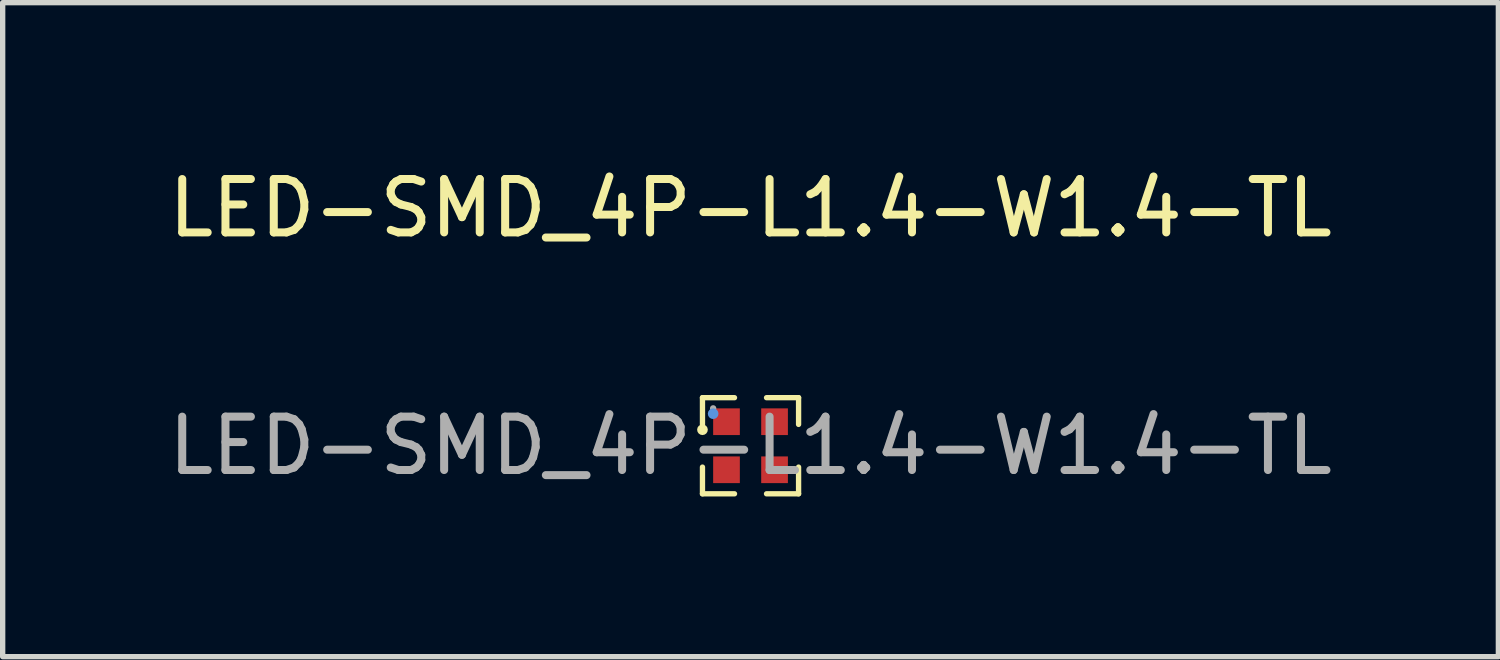
<source format=kicad_pcb>
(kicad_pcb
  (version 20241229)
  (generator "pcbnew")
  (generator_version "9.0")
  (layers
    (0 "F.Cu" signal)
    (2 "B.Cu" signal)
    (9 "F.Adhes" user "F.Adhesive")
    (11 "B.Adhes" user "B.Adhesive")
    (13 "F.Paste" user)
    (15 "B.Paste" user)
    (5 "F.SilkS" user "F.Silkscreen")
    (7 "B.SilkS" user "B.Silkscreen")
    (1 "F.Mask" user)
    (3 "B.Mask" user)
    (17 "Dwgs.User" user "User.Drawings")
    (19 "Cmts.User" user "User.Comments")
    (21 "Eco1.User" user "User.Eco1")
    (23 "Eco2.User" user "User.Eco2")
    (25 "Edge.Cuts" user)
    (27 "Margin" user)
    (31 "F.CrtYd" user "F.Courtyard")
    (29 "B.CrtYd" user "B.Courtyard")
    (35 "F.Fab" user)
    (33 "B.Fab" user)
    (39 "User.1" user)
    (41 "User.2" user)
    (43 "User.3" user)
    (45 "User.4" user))
  (footprint "LED-SMD_4P-L1.4-W1.4-TL"
    (layer "F.Cu")
    (at 11.006 5.298)
    (property "Reference" "LED-SMD_4P-L1.4-W1.4-TL" (at 0 -4.45 0) (layer "F.SilkS") (effects (font (size 1 1) (thickness 0.15))))
    (attr smd)
    (fp_line (start -0.9 -0.9) (end -0.9 -0.4) (stroke (width 0.1) (type solid)) (layer "F.SilkS"))
    (fp_line (start -0.9 0.9) (end -0.9 0.4) (stroke (width 0.1) (type solid)) (layer "F.SilkS"))
    (fp_line (start -0.3 -0.9) (end -0.9 -0.9) (stroke (width 0.1) (type solid)) (layer "F.SilkS"))
    (fp_line (start -0.3 0.9) (end -0.9 0.9) (stroke (width 0.1) (type solid)) (layer "F.SilkS"))
    (fp_line (start 0.3 -0.9) (end 0.9 -0.9) (stroke (width 0.1) (type solid)) (layer "F.SilkS"))
    (fp_line (start 0.3 0.9) (end 0.9 0.9) (stroke (width 0.1) (type solid)) (layer "F.SilkS"))
    (fp_line (start 0.9 -0.9) (end 0.9 -0.4) (stroke (width 0.1) (type solid)) (layer "F.SilkS"))
    (fp_line (start 0.9 0.9) (end 0.9 0.4) (stroke (width 0.1) (type solid)) (layer "F.SilkS"))
    (fp_circle (center -0.9 -0.3) (end -0.85 -0.3) (stroke (width 0.1) (type solid)) (fill no) (layer "F.SilkS"))
    (fp_circle (center -0.7 -0.6) (end -0.65 -0.6) (stroke (width 0.1) (type solid)) (fill no) (layer "Cmts.User"))
    (fp_circle (center -0.7 -0.7) (end -0.67 -0.7) (stroke (width 0.06) (type solid)) (fill no) (layer "F.Fab"))
    (fp_text user "${REFERENCE}" (at 0 0 0) (layer "F.Fab") (effects (font (size 1 1) (thickness 0.15))))
    (pad "1" smd rect (at -0.45 -0.45) (size 0.5 0.5) (layers "F.Cu" "F.Mask" "F.Paste"))
    (pad "2" smd rect (at -0.45 0.45) (size 0.5 0.5) (layers "F.Cu" "F.Mask" "F.Paste"))
    (pad "3" smd rect (at 0.45 0.45) (size 0.5 0.5) (layers "F.Cu" "F.Mask" "F.Paste"))
    (pad "4" smd rect (at 0.45 -0.45) (size 0.5 0.5) (layers "F.Cu" "F.Mask" "F.Paste")))
  (gr_rect
    (start -3 -3)
    (end 25.012 9.248)
    (stroke (width 0.1) (type default))
    (fill no)
    (layer "Edge.Cuts")))
</source>
